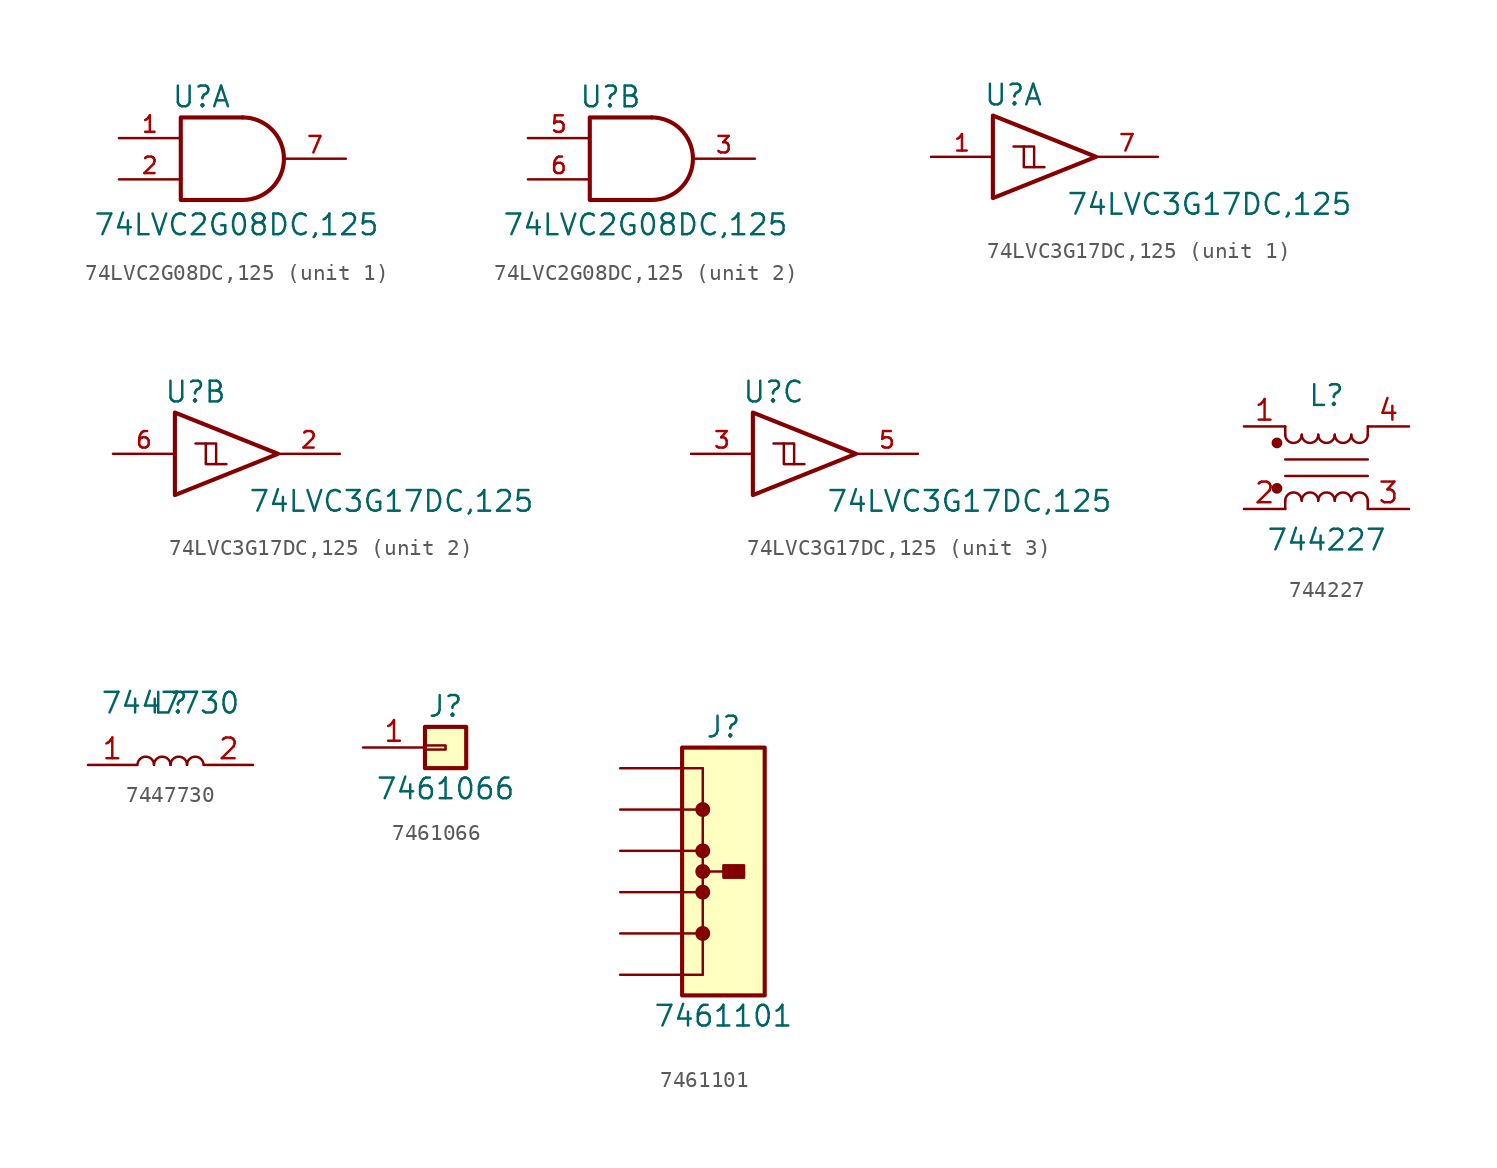
<source format=kicad_sym>
(kicad_symbol_lib
  (version 20231120)
  (generator "kicad_symbol_editor")
  (generator_version "8.0")
  (symbol "74LVC2G08DC,125"
    (pin_names
      (offset 1.016))
    (property "Reference" "U"
      (at -2.54 3.81 0)
      (effects (font (size 1.27 1.27))))
    (property "Value" "74LVC2G08DC,125"
      (at -0.381 -4.064 0)
      (effects (font (size 1.27 1.27))))
    (symbol "74LVC2G08DC,125_0_1"
      (arc (start 0 -2.54) (mid 2.529 0) (end 0 2.54) (stroke (width 0.254) (type default)) (fill (type none)))
      (polyline (pts (xy 0 -2.54) (xy -3.81 -2.54) (xy -3.81 2.54) (xy 0 2.54)) (stroke (width 0.254) (type default)) (fill (type none)))
      (pin power_in line (at 0 -2.54 270) (length 0) hide (name "GND" (effects (font (size 1.016 1.016)))) (number "4" (effects (font (size 1.016 1.016)))))
      (pin power_in line (at 0 2.54 90) (length 0) hide (name "VCC" (effects (font (size 1.016 1.016)))) (number "8" (effects (font (size 1.016 1.016))))))
    (symbol "74LVC2G08DC,125_1_1"
      (pin input line (at -7.62 1.27 0) (length 3.81) (name "~" (effects (font (size 1.016 1.016)))) (number "1" (effects (font (size 1.016 1.016)))))
      (pin input line (at -7.62 -1.27 0) (length 3.81) (name "~" (effects (font (size 1.016 1.016)))) (number "2" (effects (font (size 1.016 1.016)))))
      (pin output line (at 6.35 0 180) (length 3.81) (name "~" (effects (font (size 1.016 1.016)))) (number "7" (effects (font (size 1.016 1.016))))))
    (symbol "74LVC2G08DC,125_2_1"
      (pin output line (at 6.35 0 180) (length 3.81) (name "~" (effects (font (size 1.016 1.016)))) (number "3" (effects (font (size 1.016 1.016)))))
      (pin input line (at -7.62 1.27 0) (length 3.81) (name "~" (effects (font (size 1.016 1.016)))) (number "5" (effects (font (size 1.016 1.016)))))
      (pin input line (at -7.62 -1.27 0) (length 3.81) (name "~" (effects (font (size 1.016 1.016)))) (number "6" (effects (font (size 1.016 1.016)))))))
  (symbol "74LVC3G17DC,125"
    (pin_names
      (offset 1.016))
    (property "Reference" "U"
      (at -2.54 3.81 0)
      (effects (font (size 1.27 1.27))))
    (property "Value" "74LVC3G17DC,125"
      (at 9.525 -2.921 0)
      (effects (font (size 1.27 1.27))))
    (property "ki_locked" ""
      (at 0 0 0)
      (effects (font (size 1.27 1.27))))
    (symbol "74LVC3G17DC,125_0_1"
      (polyline (pts (xy -1.905 0.635) (xy -1.27 0.635) (xy -1.27 -0.635)) (stroke (width 0) (type default)) (fill (type none)))
      (polyline (pts (xy -3.81 2.54) (xy -3.81 -2.54) (xy 2.54 0) (xy -3.81 2.54)) (stroke (width 0.254) (type default)) (fill (type none)))
      (polyline (pts (xy -2.54 0.635) (xy -1.905 0.635) (xy -1.905 -0.635) (xy -0.635 -0.635)) (stroke (width 0) (type default)) (fill (type none)))
      (pin power_in line (at 0 -2.54 270) (length 0) hide (name "GND" (effects (font (size 1.016 1.016)))) (number "4" (effects (font (size 1.016 1.016)))))
      (pin power_in line (at 0 2.54 90) (length 0) hide (name "VCC" (effects (font (size 1.016 1.016)))) (number "8" (effects (font (size 1.016 1.016))))))
    (symbol "74LVC3G17DC,125_1_1"
      (pin input line (at -7.62 0 0) (length 3.81) (name "~" (effects (font (size 1.016 1.016)))) (number "1" (effects (font (size 1.016 1.016)))))
      (pin output line (at 6.35 0 180) (length 3.81) (name "~" (effects (font (size 1.016 1.016)))) (number "7" (effects (font (size 1.016 1.016))))))
    (symbol "74LVC3G17DC,125_2_1"
      (pin output line (at 6.35 0 180) (length 3.81) (name "~" (effects (font (size 1.016 1.016)))) (number "2" (effects (font (size 1.016 1.016)))))
      (pin input line (at -7.62 0 0) (length 3.81) (name "~" (effects (font (size 1.016 1.016)))) (number "6" (effects (font (size 1.016 1.016))))))
    (symbol "74LVC3G17DC,125_3_1"
      (pin input line (at -7.62 0 0) (length 3.81) (name "~" (effects (font (size 1.016 1.016)))) (number "3" (effects (font (size 1.016 1.016)))))
      (pin output line (at 6.35 0 180) (length 3.81) (name "~" (effects (font (size 1.016 1.016)))) (number "5" (effects (font (size 1.016 1.016)))))))
  (symbol "744227"
    (pin_names
      (offset 0.254) hide)
    (property "Reference" "L"
      (at 0 4.445 0)
      (effects (font (size 1.27 1.27))))
    (property "Value" "744227"
      (at 0 -4.445 0)
      (effects (font (size 1.27 1.27))))
    (symbol "744227_0_1"
      (circle (center -3.048 -1.27) (radius 0.254) (stroke (width 0) (type default)) (fill (type outline)))
      (circle (center -3.048 1.524) (radius 0.254) (stroke (width 0) (type default)) (fill (type outline)))
      (arc (start -2.54 2.032) (mid -2.032 1.5262) (end -1.524 2.032) (stroke (width 0) (type default)) (fill (type none)))
      (arc (start -1.524 -2.032) (mid -2.032 -1.5262) (end -2.54 -2.032) (stroke (width 0) (type default)) (fill (type none)))
      (arc (start -1.524 2.032) (mid -1.016 1.5262) (end -0.508 2.032) (stroke (width 0) (type default)) (fill (type none)))
      (arc (start -0.508 -2.032) (mid -1.016 -1.5262) (end -1.524 -2.032) (stroke (width 0) (type default)) (fill (type none)))
      (arc (start -0.508 2.032) (mid 0 1.5262) (end 0.508 2.032) (stroke (width 0) (type default)) (fill (type none)))
      (polyline (pts (xy -2.54 -2.032) (xy -2.54 -2.54)) (stroke (width 0) (type default)) (fill (type none)))
      (polyline (pts (xy -2.54 0.508) (xy 2.54 0.508)) (stroke (width 0) (type default)) (fill (type none)))
      (polyline (pts (xy -2.54 2.032) (xy -2.54 2.54)) (stroke (width 0) (type default)) (fill (type none)))
      (polyline (pts (xy 2.54 -2.032) (xy 2.54 -2.54)) (stroke (width 0) (type default)) (fill (type none)))
      (polyline (pts (xy 2.54 -0.508) (xy -2.54 -0.508)) (stroke (width 0) (type default)) (fill (type none)))
      (polyline (pts (xy 2.54 2.54) (xy 2.54 2.032)) (stroke (width 0) (type default)) (fill (type none)))
      (arc (start 0.508 -2.032) (mid 0 -1.5262) (end -0.508 -2.032) (stroke (width 0) (type default)) (fill (type none)))
      (arc (start 0.508 2.032) (mid 1.016 1.5262) (end 1.524 2.032) (stroke (width 0) (type default)) (fill (type none)))
      (arc (start 1.524 -2.032) (mid 1.016 -1.5262) (end 0.508 -2.032) (stroke (width 0) (type default)) (fill (type none)))
      (arc (start 1.524 2.032) (mid 2.032 1.5262) (end 2.54 2.032) (stroke (width 0) (type default)) (fill (type none)))
      (arc (start 2.54 -2.032) (mid 2.032 -1.5262) (end 1.524 -2.032) (stroke (width 0) (type default)) (fill (type none))))
    (symbol "744227_1_1"
      (pin passive line (at -5.08 2.54 0) (length 2.54) (name "1" (effects (font (size 1.27 1.27)))) (number "1" (effects (font (size 1.27 1.27)))))
      (pin passive line (at -5.08 -2.54 0) (length 2.54) (name "2" (effects (font (size 1.27 1.27)))) (number "2" (effects (font (size 1.27 1.27)))))
      (pin passive line (at 5.08 -2.54 180) (length 2.54) (name "3" (effects (font (size 1.27 1.27)))) (number "3" (effects (font (size 1.27 1.27)))))
      (pin passive line (at 5.08 2.54 180) (length 2.54) (name "4" (effects (font (size 1.27 1.27)))) (number "4" (effects (font (size 1.27 1.27)))))))
  (symbol "7447730"
    (property "Reference" "L"
      (at 0 0 0)
      (effects (font (size 1.27 1.27))))
    (property "Value" "7447730"
      (at 0 0 0)
      (effects (font (size 1.27 1.27))))
    (symbol "7447730_0_1"
      (arc (start -1.016 -3.81) (mid -1.524 -3.3042) (end -2.032 -3.81) (stroke (width 0) (type default)) (fill (type none)))
      (arc (start 0 -3.81) (mid -0.508 -3.3042) (end -1.016 -3.81) (stroke (width 0) (type default)) (fill (type none)))
      (arc (start 1.016 -3.81) (mid 0.508 -3.3042) (end 0 -3.81) (stroke (width 0) (type default)) (fill (type none)))
      (arc (start 2.032 -3.81) (mid 1.524 -3.3042) (end 1.016 -3.81) (stroke (width 0) (type default)) (fill (type none))))
    (symbol "7447730_1_1"
      (pin passive line (at -5.08 -3.81 0) (length 2.997) (name "~" (effects (font (size 1.27 1.27)))) (number "1" (effects (font (size 1.27 1.27)))))
      (pin passive line (at 5.08 -3.81 180) (length 2.997) (name "~" (effects (font (size 1.27 1.27)))) (number "2" (effects (font (size 1.27 1.27)))))))
  (symbol "7461066"
    (pin_names
      (offset 1.016) hide)
    (property "Reference" "J"
      (at 0 2.54 0)
      (effects (font (size 1.27 1.27))))
    (property "Value" "7461066"
      (at 0 -2.54 0)
      (effects (font (size 1.27 1.27))))
    (symbol "7461066_1_1"
      (rectangle (start -1.27 0.127) (end 0 -0.127) (stroke (width 0.152) (type default)) (fill (type none)))
      (rectangle (start -1.27 1.27) (end 1.27 -1.27) (stroke (width 0.254) (type default)) (fill (type background)))
      (pin passive line (at -5.08 0 0) (length 3.81) (name "Pin_1" (effects (font (size 1.27 1.27)))) (number "1" (effects (font (size 1.27 1.27)))))))
  (symbol "7461101"
    (pin_numbers hide)
    (pin_names
      (offset 1.016) hide)
    (property "Reference" "J"
      (at 0 8.89 0)
      (effects (font (size 1.27 1.27))))
    (property "Value" "7461101"
      (at 0 -8.89 0)
      (effects (font (size 1.27 1.27))))
    (symbol "7461101_0_1"
      (polyline (pts (xy -1.27 -6.35) (xy -1.27 6.35)) (stroke (width 0) (type default)) (fill (type none)))
      (polyline (pts (xy -1.27 6.35) (xy -2.54 6.35)) (stroke (width 0) (type default)) (fill (type none))))
    (symbol "7461101_1_1"
      (rectangle (start -2.54 7.62) (end 2.54 -7.62) (stroke (width 0.254) (type default)) (fill (type background)))
      (circle (center -1.27 -3.81) (radius 0.381) (stroke (width 0) (type default)) (fill (type outline)))
      (circle (center -1.27 -1.27) (radius 0.381) (stroke (width 0) (type default)) (fill (type outline)))
      (circle (center -1.27 0) (radius 0.381) (stroke (width 0) (type default)) (fill (type outline)))
      (circle (center -1.27 1.27) (radius 0.381) (stroke (width 0) (type default)) (fill (type outline)))
      (circle (center -1.27 3.81) (radius 0.381) (stroke (width 0) (type default)) (fill (type outline)))
      (polyline (pts (xy -1.27 -6.35) (xy -2.54 -6.35)) (stroke (width 0) (type default)) (fill (type none)))
      (polyline (pts (xy -1.27 -3.81) (xy -2.54 -3.81)) (stroke (width 0) (type default)) (fill (type none)))
      (polyline (pts (xy -1.27 -1.27) (xy -2.54 -1.27)) (stroke (width 0) (type default)) (fill (type none)))
      (polyline (pts (xy -1.27 1.27) (xy -2.54 1.27)) (stroke (width 0) (type default)) (fill (type none)))
      (polyline (pts (xy -1.27 3.81) (xy -2.54 3.81)) (stroke (width 0) (type default)) (fill (type none)))
      (polyline (pts (xy 0 0) (xy -1.27 0)) (stroke (width 0) (type default)) (fill (type none)))
      (rectangle (start 0 0.381) (end 1.27 -0.381) (stroke (width 0.152) (type default)) (fill (type outline)))
      (pin passive line (at -6.35 6.35 0) (length 3.81) (name "Pin_1" (effects (font (size 1.27 1.27)))) (number "1" (effects (font (size 1.27 1.27)))))
      (pin passive line (at -6.35 3.81 0) (length 3.81) (name "Pin_2" (effects (font (size 1.27 1.27)))) (number "2" (effects (font (size 1.27 1.27)))))
      (pin passive line (at -6.35 1.27 0) (length 3.81) (name "Pin_3" (effects (font (size 1.27 1.27)))) (number "3" (effects (font (size 1.27 1.27)))))
      (pin passive line (at -6.35 -1.27 0) (length 3.81) (name "Pin_4" (effects (font (size 1.27 1.27)))) (number "4" (effects (font (size 1.27 1.27)))))
      (pin passive line (at -6.35 -3.81 0) (length 3.81) (name "Pin_5" (effects (font (size 1.27 1.27)))) (number "5" (effects (font (size 1.27 1.27)))))
      (pin passive line (at -6.35 -6.35 0) (length 3.81) (name "Pin_6" (effects (font (size 1.27 1.27)))) (number "6" (effects (font (size 1.27 1.27))))))))
</source>
